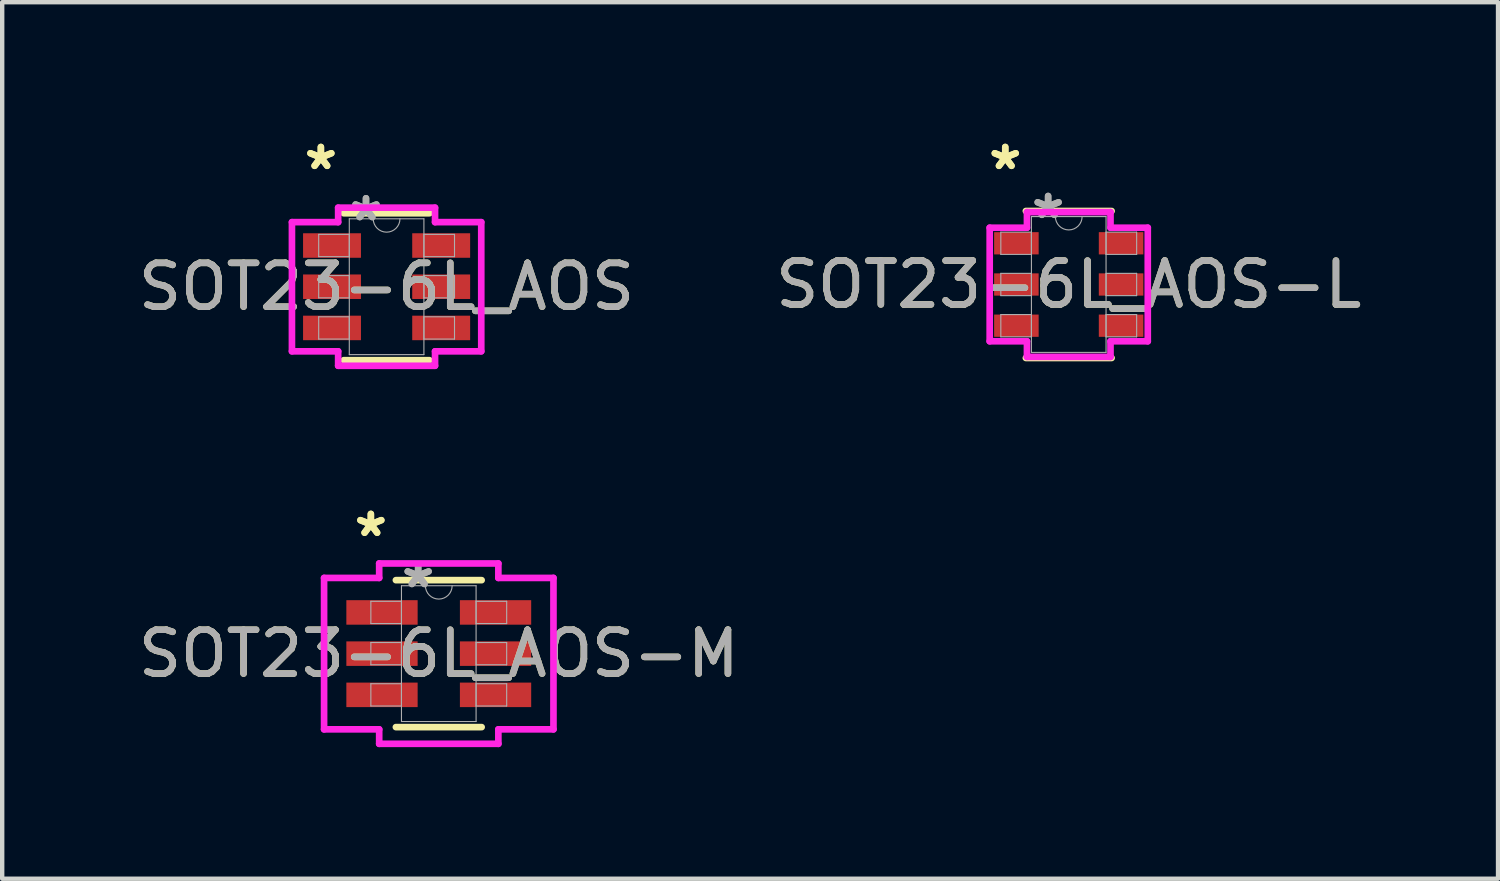
<source format=kicad_pcb>
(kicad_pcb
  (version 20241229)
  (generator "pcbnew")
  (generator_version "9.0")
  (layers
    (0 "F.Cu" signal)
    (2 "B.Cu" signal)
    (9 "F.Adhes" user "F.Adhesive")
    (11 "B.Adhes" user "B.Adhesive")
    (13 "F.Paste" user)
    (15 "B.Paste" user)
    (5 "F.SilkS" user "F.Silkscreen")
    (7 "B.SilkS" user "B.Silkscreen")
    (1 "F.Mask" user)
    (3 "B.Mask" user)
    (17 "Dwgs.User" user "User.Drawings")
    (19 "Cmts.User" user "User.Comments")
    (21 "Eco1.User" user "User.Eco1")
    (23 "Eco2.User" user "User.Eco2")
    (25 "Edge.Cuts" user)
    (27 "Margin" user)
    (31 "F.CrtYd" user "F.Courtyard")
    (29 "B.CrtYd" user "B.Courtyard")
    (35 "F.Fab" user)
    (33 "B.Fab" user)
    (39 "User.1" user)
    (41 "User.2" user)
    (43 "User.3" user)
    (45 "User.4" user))
  (footprint "SOT23-6L_AOS-M"
    (layer "F.Cu")
    (at 6.958 11.859)
    (property "Reference" "SOT23-6L_AOS-M" (at 0 0 0) (unlocked yes) (layer "F.SilkS") (effects (font (size 1 1) (thickness 0.15))))
    (attr smd)
    (fp_line (start -0.978 1.676) (end 0.978 1.676) (stroke (width 0.152) (type solid)) (layer "F.SilkS"))
    (fp_line (start 0.978 -1.676) (end -0.978 -1.676) (stroke (width 0.152) (type solid)) (layer "F.SilkS"))
    (fp_line (start -2.616 -1.727) (end -1.359 -1.727) (stroke (width 0.152) (type solid)) (layer "F.CrtYd"))
    (fp_line (start -2.616 1.727) (end -2.616 -1.727) (stroke (width 0.152) (type solid)) (layer "F.CrtYd"))
    (fp_line (start -2.616 1.727) (end -1.359 1.727) (stroke (width 0.152) (type solid)) (layer "F.CrtYd"))
    (fp_line (start -1.359 -2.057) (end 1.359 -2.057) (stroke (width 0.152) (type solid)) (layer "F.CrtYd"))
    (fp_line (start -1.359 -1.727) (end -1.359 -2.057) (stroke (width 0.152) (type solid)) (layer "F.CrtYd"))
    (fp_line (start -1.359 2.057) (end -1.359 1.727) (stroke (width 0.152) (type solid)) (layer "F.CrtYd"))
    (fp_line (start 1.359 -2.057) (end 1.359 -1.727) (stroke (width 0.152) (type solid)) (layer "F.CrtYd"))
    (fp_line (start 1.359 1.727) (end 1.359 2.057) (stroke (width 0.152) (type solid)) (layer "F.CrtYd"))
    (fp_line (start 1.359 2.057) (end -1.359 2.057) (stroke (width 0.152) (type solid)) (layer "F.CrtYd"))
    (fp_line (start 2.616 -1.727) (end 1.359 -1.727) (stroke (width 0.152) (type solid)) (layer "F.CrtYd"))
    (fp_line (start 2.616 -1.727) (end 2.616 1.727) (stroke (width 0.152) (type solid)) (layer "F.CrtYd"))
    (fp_line (start 2.616 1.727) (end 1.359 1.727) (stroke (width 0.152) (type solid)) (layer "F.CrtYd"))
    (fp_line (start -1.549 -1.194) (end -1.549 -0.686) (stroke (width 0.025) (type solid)) (layer "F.Fab"))
    (fp_line (start -1.549 -0.686) (end -0.851 -0.686) (stroke (width 0.025) (type solid)) (layer "F.Fab"))
    (fp_line (start -1.549 -0.254) (end -1.549 0.254) (stroke (width 0.025) (type solid)) (layer "F.Fab"))
    (fp_line (start -1.549 0.254) (end -0.851 0.254) (stroke (width 0.025) (type solid)) (layer "F.Fab"))
    (fp_line (start -1.549 0.686) (end -1.549 1.194) (stroke (width 0.025) (type solid)) (layer "F.Fab"))
    (fp_line (start -1.549 1.194) (end -0.851 1.194) (stroke (width 0.025) (type solid)) (layer "F.Fab"))
    (fp_line (start -0.851 -1.549) (end -0.851 1.549) (stroke (width 0.025) (type solid)) (layer "F.Fab"))
    (fp_line (start -0.851 -1.194) (end -1.549 -1.194) (stroke (width 0.025) (type solid)) (layer "F.Fab"))
    (fp_line (start -0.851 -0.686) (end -0.851 -1.194) (stroke (width 0.025) (type solid)) (layer "F.Fab"))
    (fp_line (start -0.851 -0.254) (end -1.549 -0.254) (stroke (width 0.025) (type solid)) (layer "F.Fab"))
    (fp_line (start -0.851 0.254) (end -0.851 -0.254) (stroke (width 0.025) (type solid)) (layer "F.Fab"))
    (fp_line (start -0.851 0.686) (end -1.549 0.686) (stroke (width 0.025) (type solid)) (layer "F.Fab"))
    (fp_line (start -0.851 1.194) (end -0.851 0.686) (stroke (width 0.025) (type solid)) (layer "F.Fab"))
    (fp_line (start -0.851 1.549) (end 0.851 1.549) (stroke (width 0.025) (type solid)) (layer "F.Fab"))
    (fp_line (start 0.851 -1.549) (end -0.851 -1.549) (stroke (width 0.025) (type solid)) (layer "F.Fab"))
    (fp_line (start 0.851 -1.194) (end 0.851 -0.686) (stroke (width 0.025) (type solid)) (layer "F.Fab"))
    (fp_line (start 0.851 -0.686) (end 1.549 -0.686) (stroke (width 0.025) (type solid)) (layer "F.Fab"))
    (fp_line (start 0.851 -0.254) (end 0.851 0.254) (stroke (width 0.025) (type solid)) (layer "F.Fab"))
    (fp_line (start 0.851 0.254) (end 1.549 0.254) (stroke (width 0.025) (type solid)) (layer "F.Fab"))
    (fp_line (start 0.851 0.686) (end 0.851 1.194) (stroke (width 0.025) (type solid)) (layer "F.Fab"))
    (fp_line (start 0.851 1.194) (end 1.549 1.194) (stroke (width 0.025) (type solid)) (layer "F.Fab"))
    (fp_line (start 0.851 1.549) (end 0.851 -1.549) (stroke (width 0.025) (type solid)) (layer "F.Fab"))
    (fp_line (start 1.549 -1.194) (end 0.851 -1.194) (stroke (width 0.025) (type solid)) (layer "F.Fab"))
    (fp_line (start 1.549 -0.686) (end 1.549 -1.194) (stroke (width 0.025) (type solid)) (layer "F.Fab"))
    (fp_line (start 1.549 -0.254) (end 0.851 -0.254) (stroke (width 0.025) (type solid)) (layer "F.Fab"))
    (fp_line (start 1.549 0.254) (end 1.549 -0.254) (stroke (width 0.025) (type solid)) (layer "F.Fab"))
    (fp_line (start 1.549 0.686) (end 0.851 0.686) (stroke (width 0.025) (type solid)) (layer "F.Fab"))
    (fp_line (start 1.549 1.194) (end 1.549 0.686) (stroke (width 0.025) (type solid)) (layer "F.Fab"))
    (fp_arc (start 0.3048 -1.5494) (mid 0 -1.2446) (end -0.3048 -1.5494) (stroke (width 0.0254) (type solid)) (layer "F.Fab"))
    (fp_text user "*" (at -1.549 -2.642 0) (unlocked yes) (layer "F.SilkS") (effects (font (size 1 1) (thickness 0.15))))
    (fp_text user "*" (at -1.549 -2.642 0) (layer "F.SilkS") (effects (font (size 1 1) (thickness 0.15))))
    (fp_text user "${REFERENCE}" (at 0 0 0) (unlocked yes) (layer "F.Fab") (effects (font (size 1 1) (thickness 0.15))))
    (fp_text user "*" (at -0.47 -1.473 0) (layer "F.Fab") (effects (font (size 1 1) (thickness 0.15))))
    (fp_text user "*" (at -0.47 -1.473 0) (unlocked yes) (layer "F.Fab") (effects (font (size 1 1) (thickness 0.15))))
    (pad "1" smd rect (at -1.295 -0.94) (size 1.626 0.559) (layers "F.Cu" "F.Mask" "F.Paste"))
    (pad "2" smd rect (at -1.295 0) (size 1.626 0.559) (layers "F.Cu" "F.Mask" "F.Paste"))
    (pad "3" smd rect (at -1.295 0.94) (size 1.626 0.559) (layers "F.Cu" "F.Mask" "F.Paste"))
    (pad "4" smd rect (at 1.295 0.94) (size 1.626 0.559) (layers "F.Cu" "F.Mask" "F.Paste"))
    (pad "5" smd rect (at 1.295 0) (size 1.626 0.559) (layers "F.Cu" "F.Mask" "F.Paste"))
    (pad "6" smd rect (at 1.295 -0.94) (size 1.626 0.559) (layers "F.Cu" "F.Mask" "F.Paste")))
  (footprint "SOT23-6L_AOS-L"
    (layer "F.Cu")
    (at 21.327 3.439)
    (property "Reference" "SOT23-6L_AOS-L" (at 0 0 0) (unlocked yes) (layer "F.SilkS") (effects (font (size 1 1) (thickness 0.15))))
    (attr smd)
    (fp_line (start -0.978 1.676) (end 0.978 1.676) (stroke (width 0.152) (type solid)) (layer "F.SilkS"))
    (fp_line (start 0.978 -1.676) (end -0.978 -1.676) (stroke (width 0.152) (type solid)) (layer "F.SilkS"))
    (fp_line (start -1.803 -1.295) (end -0.953 -1.295) (stroke (width 0.152) (type solid)) (layer "F.CrtYd"))
    (fp_line (start -1.803 1.295) (end -1.803 -1.295) (stroke (width 0.152) (type solid)) (layer "F.CrtYd"))
    (fp_line (start -1.803 1.295) (end -0.953 1.295) (stroke (width 0.152) (type solid)) (layer "F.CrtYd"))
    (fp_line (start -0.953 -1.651) (end 0.953 -1.651) (stroke (width 0.152) (type solid)) (layer "F.CrtYd"))
    (fp_line (start -0.953 -1.295) (end -0.953 -1.651) (stroke (width 0.152) (type solid)) (layer "F.CrtYd"))
    (fp_line (start -0.953 1.651) (end -0.953 1.295) (stroke (width 0.152) (type solid)) (layer "F.CrtYd"))
    (fp_line (start 0.953 -1.651) (end 0.953 -1.295) (stroke (width 0.152) (type solid)) (layer "F.CrtYd"))
    (fp_line (start 0.953 1.295) (end 0.953 1.651) (stroke (width 0.152) (type solid)) (layer "F.CrtYd"))
    (fp_line (start 0.953 1.651) (end -0.953 1.651) (stroke (width 0.152) (type solid)) (layer "F.CrtYd"))
    (fp_line (start 1.803 -1.295) (end 0.953 -1.295) (stroke (width 0.152) (type solid)) (layer "F.CrtYd"))
    (fp_line (start 1.803 -1.295) (end 1.803 1.295) (stroke (width 0.152) (type solid)) (layer "F.CrtYd"))
    (fp_line (start 1.803 1.295) (end 0.953 1.295) (stroke (width 0.152) (type solid)) (layer "F.CrtYd"))
    (fp_line (start -1.549 -1.194) (end -1.549 -0.686) (stroke (width 0.025) (type solid)) (layer "F.Fab"))
    (fp_line (start -1.549 -0.686) (end -0.851 -0.686) (stroke (width 0.025) (type solid)) (layer "F.Fab"))
    (fp_line (start -1.549 -0.254) (end -1.549 0.254) (stroke (width 0.025) (type solid)) (layer "F.Fab"))
    (fp_line (start -1.549 0.254) (end -0.851 0.254) (stroke (width 0.025) (type solid)) (layer "F.Fab"))
    (fp_line (start -1.549 0.686) (end -1.549 1.194) (stroke (width 0.025) (type solid)) (layer "F.Fab"))
    (fp_line (start -1.549 1.194) (end -0.851 1.194) (stroke (width 0.025) (type solid)) (layer "F.Fab"))
    (fp_line (start -0.851 -1.549) (end -0.851 1.549) (stroke (width 0.025) (type solid)) (layer "F.Fab"))
    (fp_line (start -0.851 -1.194) (end -1.549 -1.194) (stroke (width 0.025) (type solid)) (layer "F.Fab"))
    (fp_line (start -0.851 -0.686) (end -0.851 -1.194) (stroke (width 0.025) (type solid)) (layer "F.Fab"))
    (fp_line (start -0.851 -0.254) (end -1.549 -0.254) (stroke (width 0.025) (type solid)) (layer "F.Fab"))
    (fp_line (start -0.851 0.254) (end -0.851 -0.254) (stroke (width 0.025) (type solid)) (layer "F.Fab"))
    (fp_line (start -0.851 0.686) (end -1.549 0.686) (stroke (width 0.025) (type solid)) (layer "F.Fab"))
    (fp_line (start -0.851 1.194) (end -0.851 0.686) (stroke (width 0.025) (type solid)) (layer "F.Fab"))
    (fp_line (start -0.851 1.549) (end 0.851 1.549) (stroke (width 0.025) (type solid)) (layer "F.Fab"))
    (fp_line (start 0.851 -1.549) (end -0.851 -1.549) (stroke (width 0.025) (type solid)) (layer "F.Fab"))
    (fp_line (start 0.851 -1.194) (end 0.851 -0.686) (stroke (width 0.025) (type solid)) (layer "F.Fab"))
    (fp_line (start 0.851 -0.686) (end 1.549 -0.686) (stroke (width 0.025) (type solid)) (layer "F.Fab"))
    (fp_line (start 0.851 -0.254) (end 0.851 0.254) (stroke (width 0.025) (type solid)) (layer "F.Fab"))
    (fp_line (start 0.851 0.254) (end 1.549 0.254) (stroke (width 0.025) (type solid)) (layer "F.Fab"))
    (fp_line (start 0.851 0.686) (end 0.851 1.194) (stroke (width 0.025) (type solid)) (layer "F.Fab"))
    (fp_line (start 0.851 1.194) (end 1.549 1.194) (stroke (width 0.025) (type solid)) (layer "F.Fab"))
    (fp_line (start 0.851 1.549) (end 0.851 -1.549) (stroke (width 0.025) (type solid)) (layer "F.Fab"))
    (fp_line (start 1.549 -1.194) (end 0.851 -1.194) (stroke (width 0.025) (type solid)) (layer "F.Fab"))
    (fp_line (start 1.549 -0.686) (end 1.549 -1.194) (stroke (width 0.025) (type solid)) (layer "F.Fab"))
    (fp_line (start 1.549 -0.254) (end 0.851 -0.254) (stroke (width 0.025) (type solid)) (layer "F.Fab"))
    (fp_line (start 1.549 0.254) (end 1.549 -0.254) (stroke (width 0.025) (type solid)) (layer "F.Fab"))
    (fp_line (start 1.549 0.686) (end 0.851 0.686) (stroke (width 0.025) (type solid)) (layer "F.Fab"))
    (fp_line (start 1.549 1.194) (end 1.549 0.686) (stroke (width 0.025) (type solid)) (layer "F.Fab"))
    (fp_arc (start 0.3048 -1.5494) (mid 0 -1.2446) (end -0.3048 -1.5494) (stroke (width 0.0254) (type solid)) (layer "F.Fab"))
    (fp_text user "*" (at -1.448 -2.591 0) (layer "F.SilkS") (effects (font (size 1 1) (thickness 0.15))))
    (fp_text user "*" (at -1.448 -2.591 0) (unlocked yes) (layer "F.SilkS") (effects (font (size 1 1) (thickness 0.15))))
    (fp_text user "*" (at -0.47 -1.473 0) (unlocked yes) (layer "F.Fab") (effects (font (size 1 1) (thickness 0.15))))
    (fp_text user "${REFERENCE}" (at 0 0 0) (unlocked yes) (layer "F.Fab") (effects (font (size 1 1) (thickness 0.15))))
    (fp_text user "*" (at -0.47 -1.473 0) (layer "F.Fab") (effects (font (size 1 1) (thickness 0.15))))
    (pad "1" smd rect (at -1.194 -0.94) (size 1.016 0.508) (layers "F.Cu" "F.Mask" "F.Paste"))
    (pad "2" smd rect (at -1.194 0) (size 1.016 0.508) (layers "F.Cu" "F.Mask" "F.Paste"))
    (pad "3" smd rect (at -1.194 0.94) (size 1.016 0.508) (layers "F.Cu" "F.Mask" "F.Paste"))
    (pad "4" smd rect (at 1.194 0.94) (size 1.016 0.508) (layers "F.Cu" "F.Mask" "F.Paste"))
    (pad "5" smd rect (at 1.194 0) (size 1.016 0.508) (layers "F.Cu" "F.Mask" "F.Paste"))
    (pad "6" smd rect (at 1.194 -0.94) (size 1.016 0.508) (layers "F.Cu" "F.Mask" "F.Paste")))
  (footprint "SOT23-6L_AOS"
    (layer "F.Cu")
    (at 5.768 3.49)
    (property "Reference" "SOT23-6L_AOS" (at 0 0 0) (unlocked yes) (layer "F.SilkS") (effects (font (size 1 1) (thickness 0.15))))
    (attr smd)
    (fp_line (start -0.978 1.676) (end 0.978 1.676) (stroke (width 0.152) (type solid)) (layer "F.SilkS"))
    (fp_line (start 0.978 -1.676) (end -0.978 -1.676) (stroke (width 0.152) (type solid)) (layer "F.SilkS"))
    (fp_line (start -2.159 -1.473) (end -1.105 -1.473) (stroke (width 0.152) (type solid)) (layer "F.CrtYd"))
    (fp_line (start -2.159 1.473) (end -2.159 -1.473) (stroke (width 0.152) (type solid)) (layer "F.CrtYd"))
    (fp_line (start -2.159 1.473) (end -1.105 1.473) (stroke (width 0.152) (type solid)) (layer "F.CrtYd"))
    (fp_line (start -1.105 -1.803) (end 1.105 -1.803) (stroke (width 0.152) (type solid)) (layer "F.CrtYd"))
    (fp_line (start -1.105 -1.473) (end -1.105 -1.803) (stroke (width 0.152) (type solid)) (layer "F.CrtYd"))
    (fp_line (start -1.105 1.803) (end -1.105 1.473) (stroke (width 0.152) (type solid)) (layer "F.CrtYd"))
    (fp_line (start 1.105 -1.803) (end 1.105 -1.473) (stroke (width 0.152) (type solid)) (layer "F.CrtYd"))
    (fp_line (start 1.105 1.473) (end 1.105 1.803) (stroke (width 0.152) (type solid)) (layer "F.CrtYd"))
    (fp_line (start 1.105 1.803) (end -1.105 1.803) (stroke (width 0.152) (type solid)) (layer "F.CrtYd"))
    (fp_line (start 2.159 -1.473) (end 1.105 -1.473) (stroke (width 0.152) (type solid)) (layer "F.CrtYd"))
    (fp_line (start 2.159 -1.473) (end 2.159 1.473) (stroke (width 0.152) (type solid)) (layer "F.CrtYd"))
    (fp_line (start 2.159 1.473) (end 1.105 1.473) (stroke (width 0.152) (type solid)) (layer "F.CrtYd"))
    (fp_line (start -1.549 -1.194) (end -1.549 -0.686) (stroke (width 0.025) (type solid)) (layer "F.Fab"))
    (fp_line (start -1.549 -0.686) (end -0.851 -0.686) (stroke (width 0.025) (type solid)) (layer "F.Fab"))
    (fp_line (start -1.549 -0.254) (end -1.549 0.254) (stroke (width 0.025) (type solid)) (layer "F.Fab"))
    (fp_line (start -1.549 0.254) (end -0.851 0.254) (stroke (width 0.025) (type solid)) (layer "F.Fab"))
    (fp_line (start -1.549 0.686) (end -1.549 1.194) (stroke (width 0.025) (type solid)) (layer "F.Fab"))
    (fp_line (start -1.549 1.194) (end -0.851 1.194) (stroke (width 0.025) (type solid)) (layer "F.Fab"))
    (fp_line (start -0.851 -1.549) (end -0.851 1.549) (stroke (width 0.025) (type solid)) (layer "F.Fab"))
    (fp_line (start -0.851 -1.194) (end -1.549 -1.194) (stroke (width 0.025) (type solid)) (layer "F.Fab"))
    (fp_line (start -0.851 -0.686) (end -0.851 -1.194) (stroke (width 0.025) (type solid)) (layer "F.Fab"))
    (fp_line (start -0.851 -0.254) (end -1.549 -0.254) (stroke (width 0.025) (type solid)) (layer "F.Fab"))
    (fp_line (start -0.851 0.254) (end -0.851 -0.254) (stroke (width 0.025) (type solid)) (layer "F.Fab"))
    (fp_line (start -0.851 0.686) (end -1.549 0.686) (stroke (width 0.025) (type solid)) (layer "F.Fab"))
    (fp_line (start -0.851 1.194) (end -0.851 0.686) (stroke (width 0.025) (type solid)) (layer "F.Fab"))
    (fp_line (start -0.851 1.549) (end 0.851 1.549) (stroke (width 0.025) (type solid)) (layer "F.Fab"))
    (fp_line (start 0.851 -1.549) (end -0.851 -1.549) (stroke (width 0.025) (type solid)) (layer "F.Fab"))
    (fp_line (start 0.851 -1.194) (end 0.851 -0.686) (stroke (width 0.025) (type solid)) (layer "F.Fab"))
    (fp_line (start 0.851 -0.686) (end 1.549 -0.686) (stroke (width 0.025) (type solid)) (layer "F.Fab"))
    (fp_line (start 0.851 -0.254) (end 0.851 0.254) (stroke (width 0.025) (type solid)) (layer "F.Fab"))
    (fp_line (start 0.851 0.254) (end 1.549 0.254) (stroke (width 0.025) (type solid)) (layer "F.Fab"))
    (fp_line (start 0.851 0.686) (end 0.851 1.194) (stroke (width 0.025) (type solid)) (layer "F.Fab"))
    (fp_line (start 0.851 1.194) (end 1.549 1.194) (stroke (width 0.025) (type solid)) (layer "F.Fab"))
    (fp_line (start 0.851 1.549) (end 0.851 -1.549) (stroke (width 0.025) (type solid)) (layer "F.Fab"))
    (fp_line (start 1.549 -1.194) (end 0.851 -1.194) (stroke (width 0.025) (type solid)) (layer "F.Fab"))
    (fp_line (start 1.549 -0.686) (end 1.549 -1.194) (stroke (width 0.025) (type solid)) (layer "F.Fab"))
    (fp_line (start 1.549 -0.254) (end 0.851 -0.254) (stroke (width 0.025) (type solid)) (layer "F.Fab"))
    (fp_line (start 1.549 0.254) (end 1.549 -0.254) (stroke (width 0.025) (type solid)) (layer "F.Fab"))
    (fp_line (start 1.549 0.686) (end 0.851 0.686) (stroke (width 0.025) (type solid)) (layer "F.Fab"))
    (fp_line (start 1.549 1.194) (end 1.549 0.686) (stroke (width 0.025) (type solid)) (layer "F.Fab"))
    (fp_arc (start 0.3048 -1.5494) (mid 0 -1.2446) (end -0.3048 -1.5494) (stroke (width 0.0254) (type solid)) (layer "F.Fab"))
    (fp_text user "*" (at -1.499 -2.642 0) (unlocked yes) (layer "F.SilkS") (effects (font (size 1 1) (thickness 0.15))))
    (fp_text user "*" (at -1.499 -2.642 0) (layer "F.SilkS") (effects (font (size 1 1) (thickness 0.15))))
    (fp_text user "*" (at -0.47 -1.473 0) (unlocked yes) (layer "F.Fab") (effects (font (size 1 1) (thickness 0.15))))
    (fp_text user "${REFERENCE}" (at 0 0 0) (unlocked yes) (layer "F.Fab") (effects (font (size 1 1) (thickness 0.15))))
    (fp_text user "*" (at -0.47 -1.473 0) (layer "F.Fab") (effects (font (size 1 1) (thickness 0.15))))
    (pad "1" smd rect (at -1.245 -0.94) (size 1.321 0.559) (layers "F.Cu" "F.Mask" "F.Paste"))
    (pad "2" smd rect (at -1.245 0) (size 1.321 0.559) (layers "F.Cu" "F.Mask" "F.Paste"))
    (pad "3" smd rect (at -1.245 0.94) (size 1.321 0.559) (layers "F.Cu" "F.Mask" "F.Paste"))
    (pad "4" smd rect (at 1.245 0.94) (size 1.321 0.559) (layers "F.Cu" "F.Mask" "F.Paste"))
    (pad "5" smd rect (at 1.245 0) (size 1.321 0.559) (layers "F.Cu" "F.Mask" "F.Paste"))
    (pad "6" smd rect (at 1.245 -0.94) (size 1.321 0.559) (layers "F.Cu" "F.Mask" "F.Paste")))
  (gr_rect
    (start -3 -3)
    (end 31.119 16.993)
    (stroke (width 0.1) (type default))
    (fill no)
    (layer "Edge.Cuts")))
</source>
